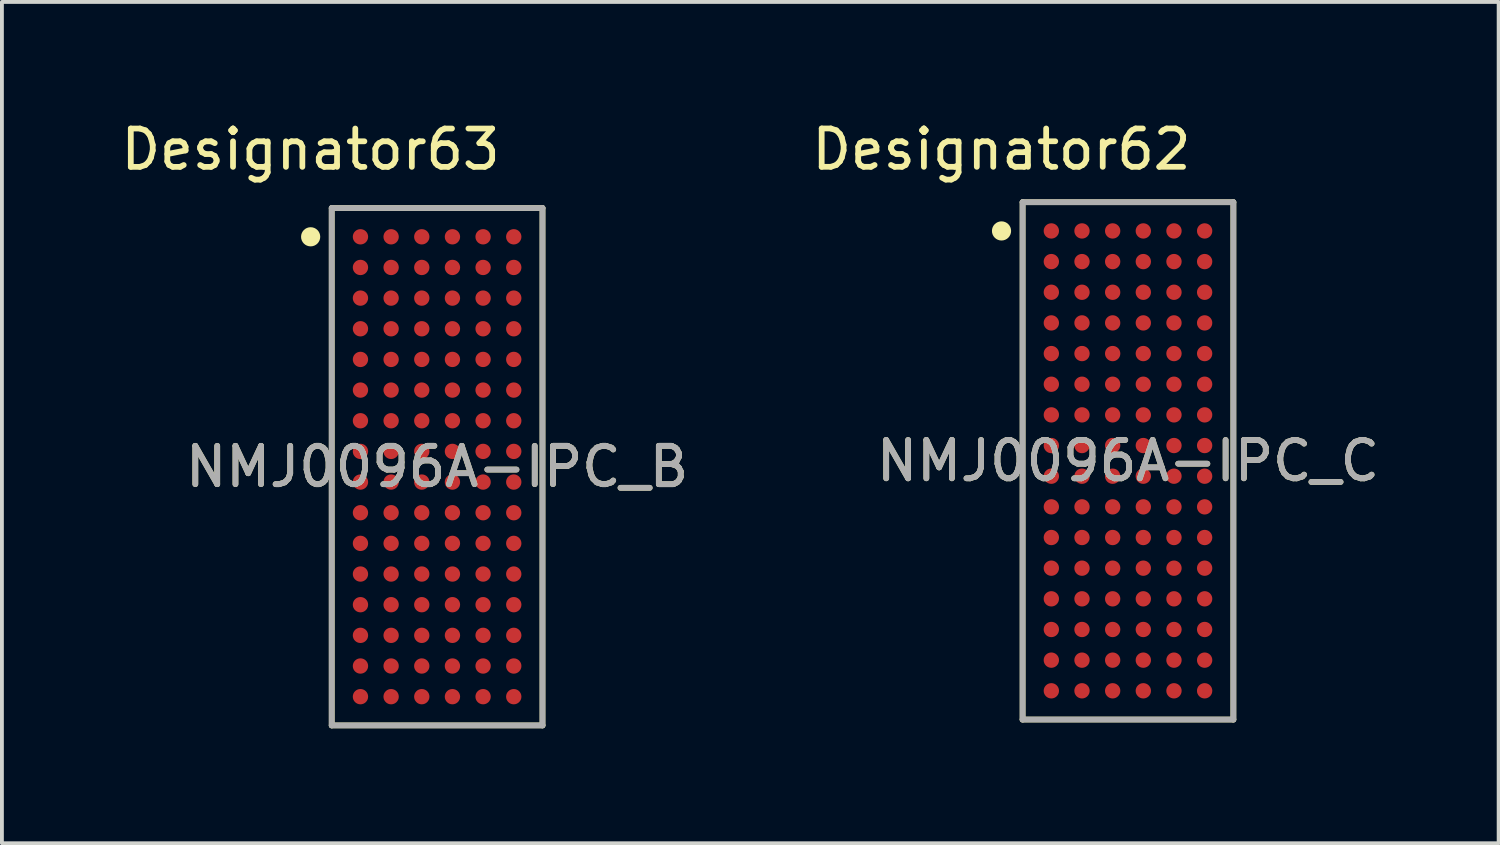
<source format=kicad_pcb>
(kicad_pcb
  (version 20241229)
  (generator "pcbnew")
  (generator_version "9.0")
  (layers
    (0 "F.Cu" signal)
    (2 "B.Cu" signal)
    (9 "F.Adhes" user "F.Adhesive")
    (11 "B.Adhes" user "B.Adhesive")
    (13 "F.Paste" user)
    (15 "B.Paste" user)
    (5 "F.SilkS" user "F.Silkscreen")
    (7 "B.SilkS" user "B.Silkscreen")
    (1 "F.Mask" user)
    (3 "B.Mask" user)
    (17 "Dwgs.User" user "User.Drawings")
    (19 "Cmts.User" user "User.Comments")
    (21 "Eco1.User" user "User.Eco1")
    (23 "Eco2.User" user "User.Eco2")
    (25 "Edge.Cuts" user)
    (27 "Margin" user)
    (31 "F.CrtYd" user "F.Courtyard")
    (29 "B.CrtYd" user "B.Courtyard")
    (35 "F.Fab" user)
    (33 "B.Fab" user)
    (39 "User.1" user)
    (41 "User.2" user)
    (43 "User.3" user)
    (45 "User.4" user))
  (footprint "NMJ0096A-IPC_C"
    (layer "F.Cu")
    (at 26.384 8.976)
    (property "Reference" "NMJ0096A-IPC_C" (at 0 0 0) (unlocked yes) (layer "F.SilkS") (effects (font (size 1 1) (thickness 0.15))))
    (attr smd)
    (fp_line (start -2.75 -6.75) (end 2.75 -6.75) (stroke (width 0.15) (type solid)) (layer "F.SilkS"))
    (fp_line (start -2.75 6.75) (end -2.75 -6.75) (stroke (width 0.15) (type solid)) (layer "F.SilkS"))
    (fp_line (start -2.75 6.75) (end 2.75 6.75) (stroke (width 0.15) (type solid)) (layer "F.SilkS"))
    (fp_line (start 2.75 6.75) (end 2.75 -6.75) (stroke (width 0.15) (type solid)) (layer "F.SilkS"))
    (fp_circle (center -3.3 -6) (end -3.175 -6) (stroke (width 0.25) (type solid)) (fill no) (layer "F.SilkS"))
    (fp_line (start -2.75 -6.75) (end 2.75 -6.75) (stroke (width 0.15) (type solid)) (layer "F.Fab"))
    (fp_line (start -2.75 6.75) (end -2.75 -6.75) (stroke (width 0.15) (type solid)) (layer "F.Fab"))
    (fp_line (start -2.75 6.75) (end 2.75 6.75) (stroke (width 0.15) (type solid)) (layer "F.Fab"))
    (fp_line (start 2.75 6.75) (end 2.75 -6.75) (stroke (width 0.15) (type solid)) (layer "F.Fab"))
    (fp_text user "Designator62" (at -3.302 -8.128 0) (unlocked yes) (layer "F.SilkS") (effects (font (size 1 1) (thickness 0.15))))
    (fp_text user "${REFERENCE}" (at 0 0 0) (unlocked yes) (layer "F.Fab") (effects (font (size 1 1) (thickness 0.15))))
    (pad "A1" smd circle (at -2 -6) (size 0.4 0.4) (layers "F.Cu" "F.Mask" "F.Paste"))
    (pad "A2" smd circle (at -1.2 -6) (size 0.4 0.4) (layers "F.Cu" "F.Mask" "F.Paste"))
    (pad "A3" smd circle (at -0.4 -6) (size 0.4 0.4) (layers "F.Cu" "F.Mask" "F.Paste"))
    (pad "A4" smd circle (at 0.4 -6) (size 0.4 0.4) (layers "F.Cu" "F.Mask" "F.Paste"))
    (pad "A5" smd circle (at 1.2 -6) (size 0.4 0.4) (layers "F.Cu" "F.Mask" "F.Paste"))
    (pad "A6" smd circle (at 2 -6) (size 0.4 0.4) (layers "F.Cu" "F.Mask" "F.Paste"))
    (pad "B1" smd circle (at -2 -5.2) (size 0.4 0.4) (layers "F.Cu" "F.Mask" "F.Paste"))
    (pad "B2" smd circle (at -1.2 -5.2) (size 0.4 0.4) (layers "F.Cu" "F.Mask" "F.Paste"))
    (pad "B3" smd circle (at -0.4 -5.2) (size 0.4 0.4) (layers "F.Cu" "F.Mask" "F.Paste"))
    (pad "B4" smd circle (at 0.4 -5.2) (size 0.4 0.4) (layers "F.Cu" "F.Mask" "F.Paste"))
    (pad "B5" smd circle (at 1.2 -5.2) (size 0.4 0.4) (layers "F.Cu" "F.Mask" "F.Paste"))
    (pad "B6" smd circle (at 2 -5.2) (size 0.4 0.4) (layers "F.Cu" "F.Mask" "F.Paste"))
    (pad "C1" smd circle (at -2 -4.4) (size 0.4 0.4) (layers "F.Cu" "F.Mask" "F.Paste"))
    (pad "C2" smd circle (at -1.2 -4.4) (size 0.4 0.4) (layers "F.Cu" "F.Mask" "F.Paste"))
    (pad "C3" smd circle (at -0.4 -4.4) (size 0.4 0.4) (layers "F.Cu" "F.Mask" "F.Paste"))
    (pad "C4" smd circle (at 0.4 -4.4) (size 0.4 0.4) (layers "F.Cu" "F.Mask" "F.Paste"))
    (pad "C5" smd circle (at 1.2 -4.4) (size 0.4 0.4) (layers "F.Cu" "F.Mask" "F.Paste"))
    (pad "C6" smd circle (at 2 -4.4) (size 0.4 0.4) (layers "F.Cu" "F.Mask" "F.Paste"))
    (pad "D1" smd circle (at -2 -3.6) (size 0.4 0.4) (layers "F.Cu" "F.Mask" "F.Paste"))
    (pad "D2" smd circle (at -1.2 -3.6) (size 0.4 0.4) (layers "F.Cu" "F.Mask" "F.Paste"))
    (pad "D3" smd circle (at -0.4 -3.6) (size 0.4 0.4) (layers "F.Cu" "F.Mask" "F.Paste"))
    (pad "D4" smd circle (at 0.4 -3.6) (size 0.4 0.4) (layers "F.Cu" "F.Mask" "F.Paste"))
    (pad "D5" smd circle (at 1.2 -3.6) (size 0.4 0.4) (layers "F.Cu" "F.Mask" "F.Paste"))
    (pad "D6" smd circle (at 2 -3.6) (size 0.4 0.4) (layers "F.Cu" "F.Mask" "F.Paste"))
    (pad "E1" smd circle (at -2 -2.8) (size 0.4 0.4) (layers "F.Cu" "F.Mask" "F.Paste"))
    (pad "E2" smd circle (at -1.2 -2.8) (size 0.4 0.4) (layers "F.Cu" "F.Mask" "F.Paste"))
    (pad "E3" smd circle (at -0.4 -2.8) (size 0.4 0.4) (layers "F.Cu" "F.Mask" "F.Paste"))
    (pad "E4" smd circle (at 0.4 -2.8) (size 0.4 0.4) (layers "F.Cu" "F.Mask" "F.Paste"))
    (pad "E5" smd circle (at 1.2 -2.8) (size 0.4 0.4) (layers "F.Cu" "F.Mask" "F.Paste"))
    (pad "E6" smd circle (at 2 -2.8) (size 0.4 0.4) (layers "F.Cu" "F.Mask" "F.Paste"))
    (pad "F1" smd circle (at -2 -2) (size 0.4 0.4) (layers "F.Cu" "F.Mask" "F.Paste"))
    (pad "F2" smd circle (at -1.2 -2) (size 0.4 0.4) (layers "F.Cu" "F.Mask" "F.Paste"))
    (pad "F3" smd circle (at -0.4 -2) (size 0.4 0.4) (layers "F.Cu" "F.Mask" "F.Paste"))
    (pad "F4" smd circle (at 0.4 -2) (size 0.4 0.4) (layers "F.Cu" "F.Mask" "F.Paste"))
    (pad "F5" smd circle (at 1.2 -2) (size 0.4 0.4) (layers "F.Cu" "F.Mask" "F.Paste"))
    (pad "F6" smd circle (at 2 -2) (size 0.4 0.4) (layers "F.Cu" "F.Mask" "F.Paste"))
    (pad "G1" smd circle (at -2 -1.2) (size 0.4 0.4) (layers "F.Cu" "F.Mask" "F.Paste"))
    (pad "G2" smd circle (at -1.2 -1.2) (size 0.4 0.4) (layers "F.Cu" "F.Mask" "F.Paste"))
    (pad "G3" smd circle (at -0.4 -1.2) (size 0.4 0.4) (layers "F.Cu" "F.Mask" "F.Paste"))
    (pad "G4" smd circle (at 0.4 -1.2) (size 0.4 0.4) (layers "F.Cu" "F.Mask" "F.Paste"))
    (pad "G5" smd circle (at 1.2 -1.2) (size 0.4 0.4) (layers "F.Cu" "F.Mask" "F.Paste"))
    (pad "G6" smd circle (at 2 -1.2) (size 0.4 0.4) (layers "F.Cu" "F.Mask" "F.Paste"))
    (pad "H1" smd circle (at -2 -0.4) (size 0.4 0.4) (layers "F.Cu" "F.Mask" "F.Paste"))
    (pad "H2" smd circle (at -1.2 -0.4) (size 0.4 0.4) (layers "F.Cu" "F.Mask" "F.Paste"))
    (pad "H3" smd circle (at -0.4 -0.4) (size 0.4 0.4) (layers "F.Cu" "F.Mask" "F.Paste"))
    (pad "H4" smd circle (at 0.4 -0.4) (size 0.4 0.4) (layers "F.Cu" "F.Mask" "F.Paste"))
    (pad "H5" smd circle (at 1.2 -0.4) (size 0.4 0.4) (layers "F.Cu" "F.Mask" "F.Paste"))
    (pad "H6" smd circle (at 2 -0.4) (size 0.4 0.4) (layers "F.Cu" "F.Mask" "F.Paste"))
    (pad "J1" smd circle (at -2 0.4) (size 0.4 0.4) (layers "F.Cu" "F.Mask" "F.Paste"))
    (pad "J2" smd circle (at -1.2 0.4) (size 0.4 0.4) (layers "F.Cu" "F.Mask" "F.Paste"))
    (pad "J3" smd circle (at -0.4 0.4) (size 0.4 0.4) (layers "F.Cu" "F.Mask" "F.Paste"))
    (pad "J4" smd circle (at 0.4 0.4) (size 0.4 0.4) (layers "F.Cu" "F.Mask" "F.Paste"))
    (pad "J5" smd circle (at 1.2 0.4) (size 0.4 0.4) (layers "F.Cu" "F.Mask" "F.Paste"))
    (pad "J6" smd circle (at 2 0.4) (size 0.4 0.4) (layers "F.Cu" "F.Mask" "F.Paste"))
    (pad "K1" smd circle (at -2 1.2) (size 0.4 0.4) (layers "F.Cu" "F.Mask" "F.Paste"))
    (pad "K2" smd circle (at -1.2 1.2) (size 0.4 0.4) (layers "F.Cu" "F.Mask" "F.Paste"))
    (pad "K3" smd circle (at -0.4 1.2) (size 0.4 0.4) (layers "F.Cu" "F.Mask" "F.Paste"))
    (pad "K4" smd circle (at 0.4 1.2) (size 0.4 0.4) (layers "F.Cu" "F.Mask" "F.Paste"))
    (pad "K5" smd circle (at 1.2 1.2) (size 0.4 0.4) (layers "F.Cu" "F.Mask" "F.Paste"))
    (pad "K6" smd circle (at 2 1.2) (size 0.4 0.4) (layers "F.Cu" "F.Mask" "F.Paste"))
    (pad "L1" smd circle (at -2 2) (size 0.4 0.4) (layers "F.Cu" "F.Mask" "F.Paste"))
    (pad "L2" smd circle (at -1.2 2) (size 0.4 0.4) (layers "F.Cu" "F.Mask" "F.Paste"))
    (pad "L3" smd circle (at -0.4 2) (size 0.4 0.4) (layers "F.Cu" "F.Mask" "F.Paste"))
    (pad "L4" smd circle (at 0.4 2) (size 0.4 0.4) (layers "F.Cu" "F.Mask" "F.Paste"))
    (pad "L5" smd circle (at 1.2 2) (size 0.4 0.4) (layers "F.Cu" "F.Mask" "F.Paste"))
    (pad "L6" smd circle (at 2 2) (size 0.4 0.4) (layers "F.Cu" "F.Mask" "F.Paste"))
    (pad "M1" smd circle (at -2 2.8) (size 0.4 0.4) (layers "F.Cu" "F.Mask" "F.Paste"))
    (pad "M2" smd circle (at -1.2 2.8) (size 0.4 0.4) (layers "F.Cu" "F.Mask" "F.Paste"))
    (pad "M3" smd circle (at -0.4 2.8) (size 0.4 0.4) (layers "F.Cu" "F.Mask" "F.Paste"))
    (pad "M4" smd circle (at 0.4 2.8) (size 0.4 0.4) (layers "F.Cu" "F.Mask" "F.Paste"))
    (pad "M5" smd circle (at 1.2 2.8) (size 0.4 0.4) (layers "F.Cu" "F.Mask" "F.Paste"))
    (pad "M6" smd circle (at 2 2.8) (size 0.4 0.4) (layers "F.Cu" "F.Mask" "F.Paste"))
    (pad "N1" smd circle (at -2 3.6) (size 0.4 0.4) (layers "F.Cu" "F.Mask" "F.Paste"))
    (pad "N2" smd circle (at -1.2 3.6) (size 0.4 0.4) (layers "F.Cu" "F.Mask" "F.Paste"))
    (pad "N3" smd circle (at -0.4 3.6) (size 0.4 0.4) (layers "F.Cu" "F.Mask" "F.Paste"))
    (pad "N4" smd circle (at 0.4 3.6) (size 0.4 0.4) (layers "F.Cu" "F.Mask" "F.Paste"))
    (pad "N5" smd circle (at 1.2 3.6) (size 0.4 0.4) (layers "F.Cu" "F.Mask" "F.Paste"))
    (pad "N6" smd circle (at 2 3.6) (size 0.4 0.4) (layers "F.Cu" "F.Mask" "F.Paste"))
    (pad "P1" smd circle (at -2 4.4) (size 0.4 0.4) (layers "F.Cu" "F.Mask" "F.Paste"))
    (pad "P2" smd circle (at -1.2 4.4) (size 0.4 0.4) (layers "F.Cu" "F.Mask" "F.Paste"))
    (pad "P3" smd circle (at -0.4 4.4) (size 0.4 0.4) (layers "F.Cu" "F.Mask" "F.Paste"))
    (pad "P4" smd circle (at 0.4 4.4) (size 0.4 0.4) (layers "F.Cu" "F.Mask" "F.Paste"))
    (pad "P5" smd circle (at 1.2 4.4) (size 0.4 0.4) (layers "F.Cu" "F.Mask" "F.Paste"))
    (pad "P6" smd circle (at 2 4.4) (size 0.4 0.4) (layers "F.Cu" "F.Mask" "F.Paste"))
    (pad "R1" smd circle (at -2 5.2) (size 0.4 0.4) (layers "F.Cu" "F.Mask" "F.Paste"))
    (pad "R2" smd circle (at -1.2 5.2) (size 0.4 0.4) (layers "F.Cu" "F.Mask" "F.Paste"))
    (pad "R3" smd circle (at -0.4 5.2) (size 0.4 0.4) (layers "F.Cu" "F.Mask" "F.Paste"))
    (pad "R4" smd circle (at 0.4 5.2) (size 0.4 0.4) (layers "F.Cu" "F.Mask" "F.Paste"))
    (pad "R5" smd circle (at 1.2 5.2) (size 0.4 0.4) (layers "F.Cu" "F.Mask" "F.Paste"))
    (pad "R6" smd circle (at 2 5.2) (size 0.4 0.4) (layers "F.Cu" "F.Mask" "F.Paste"))
    (pad "T1" smd circle (at -2 6) (size 0.4 0.4) (layers "F.Cu" "F.Mask" "F.Paste"))
    (pad "T2" smd circle (at -1.2 6) (size 0.4 0.4) (layers "F.Cu" "F.Mask" "F.Paste"))
    (pad "T3" smd circle (at -0.4 6) (size 0.4 0.4) (layers "F.Cu" "F.Mask" "F.Paste"))
    (pad "T4" smd circle (at 0.4 6) (size 0.4 0.4) (layers "F.Cu" "F.Mask" "F.Paste"))
    (pad "T5" smd circle (at 1.2 6) (size 0.4 0.4) (layers "F.Cu" "F.Mask" "F.Paste"))
    (pad "T6" smd circle (at 2 6) (size 0.4 0.4) (layers "F.Cu" "F.Mask" "F.Paste")))
  (footprint "NMJ0096A-IPC_B"
    (layer "F.Cu")
    (at 8.356 9.129)
    (property "Reference" "NMJ0096A-IPC_B" (at 0 0 0) (unlocked yes) (layer "F.SilkS") (effects (font (size 1 1) (thickness 0.15))))
    (attr smd)
    (fp_line (start -2.75 -6.75) (end 2.75 -6.75) (stroke (width 0.15) (type solid)) (layer "F.SilkS"))
    (fp_line (start -2.75 6.75) (end -2.75 -6.75) (stroke (width 0.15) (type solid)) (layer "F.SilkS"))
    (fp_line (start -2.75 6.75) (end 2.75 6.75) (stroke (width 0.15) (type solid)) (layer "F.SilkS"))
    (fp_line (start 2.75 6.75) (end 2.75 -6.75) (stroke (width 0.15) (type solid)) (layer "F.SilkS"))
    (fp_circle (center -3.3 -6) (end -3.175 -6) (stroke (width 0.25) (type solid)) (fill no) (layer "F.SilkS"))
    (fp_line (start -2.75 -6.75) (end 2.75 -6.75) (stroke (width 0.15) (type solid)) (layer "F.Fab"))
    (fp_line (start -2.75 6.75) (end -2.75 -6.75) (stroke (width 0.15) (type solid)) (layer "F.Fab"))
    (fp_line (start -2.75 6.75) (end 2.75 6.75) (stroke (width 0.15) (type solid)) (layer "F.Fab"))
    (fp_line (start 2.75 6.75) (end 2.75 -6.75) (stroke (width 0.15) (type solid)) (layer "F.Fab"))
    (fp_text user "Designator63" (at -3.302 -8.28 0) (unlocked yes) (layer "F.SilkS") (effects (font (size 1 1) (thickness 0.15))))
    (fp_text user "${REFERENCE}" (at 0 0 0) (unlocked yes) (layer "F.Fab") (effects (font (size 1 1) (thickness 0.15))))
    (pad "A1" smd circle (at -2 -6) (size 0.4 0.4) (layers "F.Cu" "F.Mask" "F.Paste"))
    (pad "A2" smd circle (at -1.2 -6) (size 0.4 0.4) (layers "F.Cu" "F.Mask" "F.Paste"))
    (pad "A3" smd circle (at -0.4 -6) (size 0.4 0.4) (layers "F.Cu" "F.Mask" "F.Paste"))
    (pad "A4" smd circle (at 0.4 -6) (size 0.4 0.4) (layers "F.Cu" "F.Mask" "F.Paste"))
    (pad "A5" smd circle (at 1.2 -6) (size 0.4 0.4) (layers "F.Cu" "F.Mask" "F.Paste"))
    (pad "A6" smd circle (at 2 -6) (size 0.4 0.4) (layers "F.Cu" "F.Mask" "F.Paste"))
    (pad "B1" smd circle (at -2 -5.2) (size 0.4 0.4) (layers "F.Cu" "F.Mask" "F.Paste"))
    (pad "B2" smd circle (at -1.2 -5.2) (size 0.4 0.4) (layers "F.Cu" "F.Mask" "F.Paste"))
    (pad "B3" smd circle (at -0.4 -5.2) (size 0.4 0.4) (layers "F.Cu" "F.Mask" "F.Paste"))
    (pad "B4" smd circle (at 0.4 -5.2) (size 0.4 0.4) (layers "F.Cu" "F.Mask" "F.Paste"))
    (pad "B5" smd circle (at 1.2 -5.2) (size 0.4 0.4) (layers "F.Cu" "F.Mask" "F.Paste"))
    (pad "B6" smd circle (at 2 -5.2) (size 0.4 0.4) (layers "F.Cu" "F.Mask" "F.Paste"))
    (pad "C1" smd circle (at -2 -4.4) (size 0.4 0.4) (layers "F.Cu" "F.Mask" "F.Paste"))
    (pad "C2" smd circle (at -1.2 -4.4) (size 0.4 0.4) (layers "F.Cu" "F.Mask" "F.Paste"))
    (pad "C3" smd circle (at -0.4 -4.4) (size 0.4 0.4) (layers "F.Cu" "F.Mask" "F.Paste"))
    (pad "C4" smd circle (at 0.4 -4.4) (size 0.4 0.4) (layers "F.Cu" "F.Mask" "F.Paste"))
    (pad "C5" smd circle (at 1.2 -4.4) (size 0.4 0.4) (layers "F.Cu" "F.Mask" "F.Paste"))
    (pad "C6" smd circle (at 2 -4.4) (size 0.4 0.4) (layers "F.Cu" "F.Mask" "F.Paste"))
    (pad "D1" smd circle (at -2 -3.6) (size 0.4 0.4) (layers "F.Cu" "F.Mask" "F.Paste"))
    (pad "D2" smd circle (at -1.2 -3.6) (size 0.4 0.4) (layers "F.Cu" "F.Mask" "F.Paste"))
    (pad "D3" smd circle (at -0.4 -3.6) (size 0.4 0.4) (layers "F.Cu" "F.Mask" "F.Paste"))
    (pad "D4" smd circle (at 0.4 -3.6) (size 0.4 0.4) (layers "F.Cu" "F.Mask" "F.Paste"))
    (pad "D5" smd circle (at 1.2 -3.6) (size 0.4 0.4) (layers "F.Cu" "F.Mask" "F.Paste"))
    (pad "D6" smd circle (at 2 -3.6) (size 0.4 0.4) (layers "F.Cu" "F.Mask" "F.Paste"))
    (pad "E1" smd circle (at -2 -2.8) (size 0.4 0.4) (layers "F.Cu" "F.Mask" "F.Paste"))
    (pad "E2" smd circle (at -1.2 -2.8) (size 0.4 0.4) (layers "F.Cu" "F.Mask" "F.Paste"))
    (pad "E3" smd circle (at -0.4 -2.8) (size 0.4 0.4) (layers "F.Cu" "F.Mask" "F.Paste"))
    (pad "E4" smd circle (at 0.4 -2.8) (size 0.4 0.4) (layers "F.Cu" "F.Mask" "F.Paste"))
    (pad "E5" smd circle (at 1.2 -2.8) (size 0.4 0.4) (layers "F.Cu" "F.Mask" "F.Paste"))
    (pad "E6" smd circle (at 2 -2.8) (size 0.4 0.4) (layers "F.Cu" "F.Mask" "F.Paste"))
    (pad "F1" smd circle (at -2 -2) (size 0.4 0.4) (layers "F.Cu" "F.Mask" "F.Paste"))
    (pad "F2" smd circle (at -1.2 -2) (size 0.4 0.4) (layers "F.Cu" "F.Mask" "F.Paste"))
    (pad "F3" smd circle (at -0.4 -2) (size 0.4 0.4) (layers "F.Cu" "F.Mask" "F.Paste"))
    (pad "F4" smd circle (at 0.4 -2) (size 0.4 0.4) (layers "F.Cu" "F.Mask" "F.Paste"))
    (pad "F5" smd circle (at 1.2 -2) (size 0.4 0.4) (layers "F.Cu" "F.Mask" "F.Paste"))
    (pad "F6" smd circle (at 2 -2) (size 0.4 0.4) (layers "F.Cu" "F.Mask" "F.Paste"))
    (pad "G1" smd circle (at -2 -1.2) (size 0.4 0.4) (layers "F.Cu" "F.Mask" "F.Paste"))
    (pad "G2" smd circle (at -1.2 -1.2) (size 0.4 0.4) (layers "F.Cu" "F.Mask" "F.Paste"))
    (pad "G3" smd circle (at -0.4 -1.2) (size 0.4 0.4) (layers "F.Cu" "F.Mask" "F.Paste"))
    (pad "G4" smd circle (at 0.4 -1.2) (size 0.4 0.4) (layers "F.Cu" "F.Mask" "F.Paste"))
    (pad "G5" smd circle (at 1.2 -1.2) (size 0.4 0.4) (layers "F.Cu" "F.Mask" "F.Paste"))
    (pad "G6" smd circle (at 2 -1.2) (size 0.4 0.4) (layers "F.Cu" "F.Mask" "F.Paste"))
    (pad "H1" smd circle (at -2 -0.4) (size 0.4 0.4) (layers "F.Cu" "F.Mask" "F.Paste"))
    (pad "H2" smd circle (at -1.2 -0.4) (size 0.4 0.4) (layers "F.Cu" "F.Mask" "F.Paste"))
    (pad "H3" smd circle (at -0.4 -0.4) (size 0.4 0.4) (layers "F.Cu" "F.Mask" "F.Paste"))
    (pad "H4" smd circle (at 0.4 -0.4) (size 0.4 0.4) (layers "F.Cu" "F.Mask" "F.Paste"))
    (pad "H5" smd circle (at 1.2 -0.4) (size 0.4 0.4) (layers "F.Cu" "F.Mask" "F.Paste"))
    (pad "H6" smd circle (at 2 -0.4) (size 0.4 0.4) (layers "F.Cu" "F.Mask" "F.Paste"))
    (pad "J1" smd circle (at -2 0.4) (size 0.4 0.4) (layers "F.Cu" "F.Mask" "F.Paste"))
    (pad "J2" smd circle (at -1.2 0.4) (size 0.4 0.4) (layers "F.Cu" "F.Mask" "F.Paste"))
    (pad "J3" smd circle (at -0.4 0.4) (size 0.4 0.4) (layers "F.Cu" "F.Mask" "F.Paste"))
    (pad "J4" smd circle (at 0.4 0.4) (size 0.4 0.4) (layers "F.Cu" "F.Mask" "F.Paste"))
    (pad "J5" smd circle (at 1.2 0.4) (size 0.4 0.4) (layers "F.Cu" "F.Mask" "F.Paste"))
    (pad "J6" smd circle (at 2 0.4) (size 0.4 0.4) (layers "F.Cu" "F.Mask" "F.Paste"))
    (pad "K1" smd circle (at -2 1.2) (size 0.4 0.4) (layers "F.Cu" "F.Mask" "F.Paste"))
    (pad "K2" smd circle (at -1.2 1.2) (size 0.4 0.4) (layers "F.Cu" "F.Mask" "F.Paste"))
    (pad "K3" smd circle (at -0.4 1.2) (size 0.4 0.4) (layers "F.Cu" "F.Mask" "F.Paste"))
    (pad "K4" smd circle (at 0.4 1.2) (size 0.4 0.4) (layers "F.Cu" "F.Mask" "F.Paste"))
    (pad "K5" smd circle (at 1.2 1.2) (size 0.4 0.4) (layers "F.Cu" "F.Mask" "F.Paste"))
    (pad "K6" smd circle (at 2 1.2) (size 0.4 0.4) (layers "F.Cu" "F.Mask" "F.Paste"))
    (pad "L1" smd circle (at -2 2) (size 0.4 0.4) (layers "F.Cu" "F.Mask" "F.Paste"))
    (pad "L2" smd circle (at -1.2 2) (size 0.4 0.4) (layers "F.Cu" "F.Mask" "F.Paste"))
    (pad "L3" smd circle (at -0.4 2) (size 0.4 0.4) (layers "F.Cu" "F.Mask" "F.Paste"))
    (pad "L4" smd circle (at 0.4 2) (size 0.4 0.4) (layers "F.Cu" "F.Mask" "F.Paste"))
    (pad "L5" smd circle (at 1.2 2) (size 0.4 0.4) (layers "F.Cu" "F.Mask" "F.Paste"))
    (pad "L6" smd circle (at 2 2) (size 0.4 0.4) (layers "F.Cu" "F.Mask" "F.Paste"))
    (pad "M1" smd circle (at -2 2.8) (size 0.4 0.4) (layers "F.Cu" "F.Mask" "F.Paste"))
    (pad "M2" smd circle (at -1.2 2.8) (size 0.4 0.4) (layers "F.Cu" "F.Mask" "F.Paste"))
    (pad "M3" smd circle (at -0.4 2.8) (size 0.4 0.4) (layers "F.Cu" "F.Mask" "F.Paste"))
    (pad "M4" smd circle (at 0.4 2.8) (size 0.4 0.4) (layers "F.Cu" "F.Mask" "F.Paste"))
    (pad "M5" smd circle (at 1.2 2.8) (size 0.4 0.4) (layers "F.Cu" "F.Mask" "F.Paste"))
    (pad "M6" smd circle (at 2 2.8) (size 0.4 0.4) (layers "F.Cu" "F.Mask" "F.Paste"))
    (pad "N1" smd circle (at -2 3.6) (size 0.4 0.4) (layers "F.Cu" "F.Mask" "F.Paste"))
    (pad "N2" smd circle (at -1.2 3.6) (size 0.4 0.4) (layers "F.Cu" "F.Mask" "F.Paste"))
    (pad "N3" smd circle (at -0.4 3.6) (size 0.4 0.4) (layers "F.Cu" "F.Mask" "F.Paste"))
    (pad "N4" smd circle (at 0.4 3.6) (size 0.4 0.4) (layers "F.Cu" "F.Mask" "F.Paste"))
    (pad "N5" smd circle (at 1.2 3.6) (size 0.4 0.4) (layers "F.Cu" "F.Mask" "F.Paste"))
    (pad "N6" smd circle (at 2 3.6) (size 0.4 0.4) (layers "F.Cu" "F.Mask" "F.Paste"))
    (pad "P1" smd circle (at -2 4.4) (size 0.4 0.4) (layers "F.Cu" "F.Mask" "F.Paste"))
    (pad "P2" smd circle (at -1.2 4.4) (size 0.4 0.4) (layers "F.Cu" "F.Mask" "F.Paste"))
    (pad "P3" smd circle (at -0.4 4.4) (size 0.4 0.4) (layers "F.Cu" "F.Mask" "F.Paste"))
    (pad "P4" smd circle (at 0.4 4.4) (size 0.4 0.4) (layers "F.Cu" "F.Mask" "F.Paste"))
    (pad "P5" smd circle (at 1.2 4.4) (size 0.4 0.4) (layers "F.Cu" "F.Mask" "F.Paste"))
    (pad "P6" smd circle (at 2 4.4) (size 0.4 0.4) (layers "F.Cu" "F.Mask" "F.Paste"))
    (pad "R1" smd circle (at -2 5.2) (size 0.4 0.4) (layers "F.Cu" "F.Mask" "F.Paste"))
    (pad "R2" smd circle (at -1.2 5.2) (size 0.4 0.4) (layers "F.Cu" "F.Mask" "F.Paste"))
    (pad "R3" smd circle (at -0.4 5.2) (size 0.4 0.4) (layers "F.Cu" "F.Mask" "F.Paste"))
    (pad "R4" smd circle (at 0.4 5.2) (size 0.4 0.4) (layers "F.Cu" "F.Mask" "F.Paste"))
    (pad "R5" smd circle (at 1.2 5.2) (size 0.4 0.4) (layers "F.Cu" "F.Mask" "F.Paste"))
    (pad "R6" smd circle (at 2 5.2) (size 0.4 0.4) (layers "F.Cu" "F.Mask" "F.Paste"))
    (pad "T1" smd circle (at -2 6) (size 0.4 0.4) (layers "F.Cu" "F.Mask" "F.Paste"))
    (pad "T2" smd circle (at -1.2 6) (size 0.4 0.4) (layers "F.Cu" "F.Mask" "F.Paste"))
    (pad "T3" smd circle (at -0.4 6) (size 0.4 0.4) (layers "F.Cu" "F.Mask" "F.Paste"))
    (pad "T4" smd circle (at 0.4 6) (size 0.4 0.4) (layers "F.Cu" "F.Mask" "F.Paste"))
    (pad "T5" smd circle (at 1.2 6) (size 0.4 0.4) (layers "F.Cu" "F.Mask" "F.Paste"))
    (pad "T6" smd circle (at 2 6) (size 0.4 0.4) (layers "F.Cu" "F.Mask" "F.Paste")))
  (gr_rect
    (start -3 -3)
    (end 36.056 18.954)
    (stroke (width 0.1) (type default))
    (fill no)
    (layer "Edge.Cuts")))
</source>
